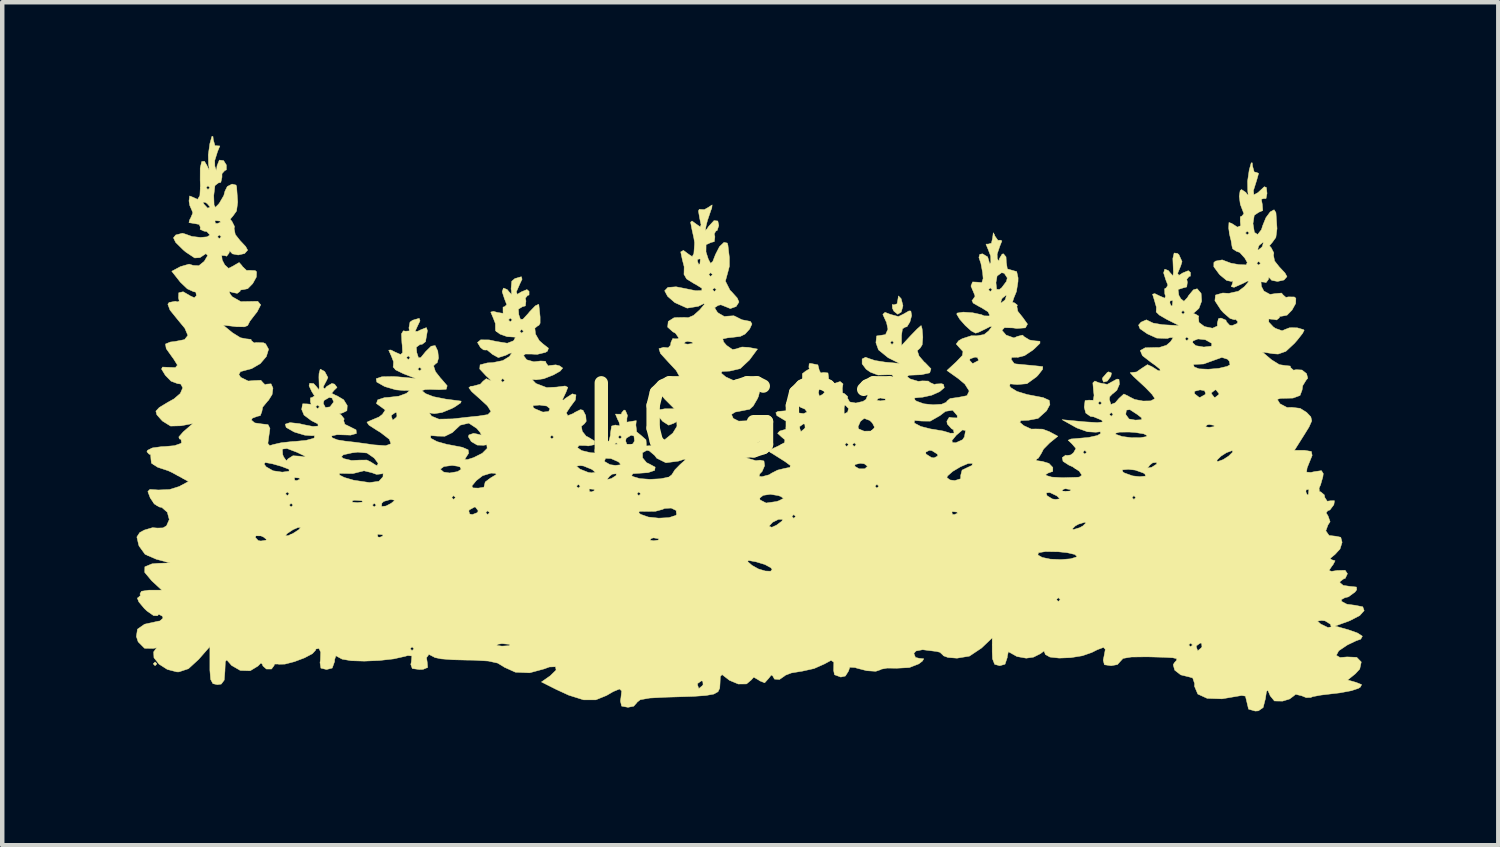
<source format=kicad_pcb>
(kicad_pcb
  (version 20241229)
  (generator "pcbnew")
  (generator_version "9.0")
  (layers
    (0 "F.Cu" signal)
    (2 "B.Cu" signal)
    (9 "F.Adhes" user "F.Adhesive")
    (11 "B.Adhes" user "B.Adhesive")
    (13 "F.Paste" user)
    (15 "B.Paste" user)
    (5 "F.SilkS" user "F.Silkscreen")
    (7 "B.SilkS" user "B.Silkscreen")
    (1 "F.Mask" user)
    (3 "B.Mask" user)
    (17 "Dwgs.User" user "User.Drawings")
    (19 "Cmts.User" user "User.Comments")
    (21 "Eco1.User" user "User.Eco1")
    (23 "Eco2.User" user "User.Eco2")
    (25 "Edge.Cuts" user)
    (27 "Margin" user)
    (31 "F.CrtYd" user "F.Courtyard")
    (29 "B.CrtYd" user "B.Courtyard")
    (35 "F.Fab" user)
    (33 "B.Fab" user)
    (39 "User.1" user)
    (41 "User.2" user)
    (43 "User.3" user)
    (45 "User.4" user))
  (footprint "LOGO2"
    (layer "F.Cu")
    (at 13.759 6.361)
    (property "Reference" "LOGO2" (at 0 0 0) (layer "F.SilkS") (effects (font (size 1.524 1.524) (thickness 0.3))))
    (attr through_hole)
    (fp_poly (pts (xy -13.293 5.461) (xy -13.335 5.503) (xy -13.377 5.461) (xy -13.335 5.419) (xy -13.293 5.461)) (stroke (width 0.01) (type solid)) (fill yes) (layer "F.SilkS"))
    (fp_poly (pts (xy 8.091 -1.055) (xy 8.077 -0.981) (xy 7.998 -0.874) (xy 7.914 -0.85) (xy 7.886 -0.919) (xy 7.893 -0.947) (xy 7.997 -1.067) (xy 8.028 -1.081) (xy 8.091 -1.055)) (stroke (width 0.01) (type solid)) (fill yes) (layer "F.SilkS"))
    (fp_poly (pts (xy 3.377 -2.722) (xy 3.38 -2.717) (xy 3.42 -2.561) (xy 3.381 -2.42) (xy 3.302 -2.371) (xy 3.218 -2.438) (xy 3.185 -2.502) (xy 3.179 -2.589) (xy 3.218 -2.582) (xy 3.288 -2.605) (xy 3.303 -2.683) (xy 3.319 -2.782) (xy 3.377 -2.722)) (stroke (width 0.01) (type solid)) (fill yes) (layer "F.SilkS"))
    (fp_poly (pts (xy -12.038 -6.355) (xy -12.031 -6.282) (xy -11.993 -6.147) (xy -11.93 -6.144) (xy -11.883 -6.141) (xy -11.935 -6.017) (xy -11.998 -5.816) (xy -11.996 -5.689) (xy -11.964 -5.592) (xy -11.95 -5.662) (xy -11.948 -5.694) (xy -11.895 -5.825) (xy -11.8 -5.813) (xy -11.738 -5.715) (xy -11.738 -5.606) (xy -11.775 -5.588) (xy -11.836 -5.52) (xy -11.836 -5.44) (xy -11.862 -5.326) (xy -11.917 -5.313) (xy -11.994 -5.253) (xy -12.02 -5.034) (xy -12.02 -5.016) (xy -12.013 -4.818) (xy -11.984 -4.766) (xy -11.913 -4.837) (xy -11.893 -4.863) (xy -11.795 -5.031) (xy -11.769 -5.129) (xy -11.717 -5.233) (xy -11.61 -5.287) (xy -11.521 -5.265) (xy -11.508 -5.226) (xy -11.497 -5.068) (xy -11.484 -4.884) (xy -11.51 -4.684) (xy -11.586 -4.578) (xy -11.653 -4.498) (xy -11.614 -4.454) (xy -11.555 -4.337) (xy -11.564 -4.289) (xy -11.538 -4.158) (xy -11.433 -4.024) (xy -11.306 -3.889) (xy -11.261 -3.807) (xy -11.329 -3.731) (xy -11.473 -3.699) (xy -11.602 -3.724) (xy -11.631 -3.755) (xy -11.668 -3.794) (xy -11.677 -3.742) (xy -11.731 -3.671) (xy -11.769 -3.683) (xy -11.843 -3.689) (xy -11.831 -3.587) (xy -11.774 -3.477) (xy -11.688 -3.399) (xy -11.571 -3.459) (xy -11.564 -3.465) (xy -11.451 -3.53) (xy -11.387 -3.458) (xy -11.382 -3.444) (xy -11.284 -3.352) (xy -11.22 -3.355) (xy -11.091 -3.349) (xy -11.061 -3.322) (xy -11.066 -3.205) (xy -11.147 -3.058) (xy -11.259 -2.944) (xy -11.351 -2.925) (xy -11.425 -2.914) (xy -11.43 -2.886) (xy -11.494 -2.839) (xy -11.578 -2.855) (xy -11.677 -2.881) (xy -11.65 -2.818) (xy -11.608 -2.764) (xy -11.414 -2.654) (xy -11.248 -2.657) (xy -11.034 -2.661) (xy -10.968 -2.582) (xy -11.05 -2.422) (xy -11.093 -2.369) (xy -11.212 -2.214) (xy -11.261 -2.118) (xy -11.334 -2.089) (xy -11.513 -2.092) (xy -11.536 -2.095) (xy -11.811 -2.128) (xy -11.599 -1.955) (xy -11.422 -1.845) (xy -11.286 -1.818) (xy -11.282 -1.819) (xy -11.186 -1.808) (xy -11.176 -1.778) (xy -11.115 -1.729) (xy -11.07 -1.737) (xy -10.908 -1.732) (xy -10.859 -1.709) (xy -10.792 -1.587) (xy -10.842 -1.424) (xy -10.978 -1.265) (xy -11.172 -1.152) (xy -11.242 -1.134) (xy -11.421 -1.086) (xy -11.458 -1.023) (xy -11.417 -0.958) (xy -11.248 -0.875) (xy -11.119 -0.885) (xy -10.965 -0.892) (xy -10.922 -0.843) (xy -10.87 -0.791) (xy -10.837 -0.805) (xy -10.737 -0.812) (xy -10.694 -0.716) (xy -10.713 -0.573) (xy -10.796 -0.44) (xy -10.809 -0.43) (xy -10.924 -0.29) (xy -10.943 -0.189) (xy -10.978 -0.099) (xy -11.042 -0.085) (xy -11.159 -0.041) (xy -11.176 0) (xy -11.103 0.063) (xy -10.954 0.085) (xy -10.804 0.102) (xy -10.761 0.187) (xy -10.784 0.348) (xy -10.808 0.523) (xy -10.767 0.572) (xy -10.689 0.549) (xy -10.511 0.508) (xy -10.256 0.48) (xy -10.188 0.477) (xy -9.951 0.454) (xy -9.789 0.41) (xy -9.765 0.394) (xy -9.765 0.347) (xy -9.821 0.35) (xy -9.981 0.338) (xy -10.203 0.272) (xy -10.229 0.261) (xy -10.398 0.164) (xy -10.418 0.091) (xy -10.312 0.057) (xy -10.099 0.08) (xy -10.015 0.101) (xy -9.798 0.143) (xy -9.682 0.134) (xy -9.688 0.085) (xy -9.833 0.012) (xy -9.998 -0.112) (xy -10.051 -0.24) (xy -10.041 -0.296) (xy -9.737 -0.296) (xy -9.694 -0.254) (xy -9.652 -0.296) (xy -9.694 -0.339) (xy -9.737 -0.296) (xy -10.041 -0.296) (xy -10.028 -0.365) (xy -9.929 -0.362) (xy -9.838 -0.353) (xy -9.844 -0.374) (xy -9.567 -0.374) (xy -9.518 -0.281) (xy -9.416 -0.296) (xy -9.333 -0.407) (xy -9.37 -0.494) (xy -9.433 -0.508) (xy -9.55 -0.44) (xy -9.567 -0.374) (xy -9.844 -0.374) (xy -9.855 -0.409) (xy -9.855 -0.497) (xy -9.816 -0.508) (xy -9.763 -0.541) (xy -9.823 -0.637) (xy -9.885 -0.768) (xy -9.871 -0.825) (xy -9.783 -0.818) (xy -9.729 -0.76) (xy -9.663 -0.678) (xy -9.657 -0.744) (xy -9.659 -0.762) (xy -9.665 -0.96) (xy -9.662 -1.041) (xy -9.634 -1.142) (xy -9.546 -1.095) (xy -9.532 -1.083) (xy -9.463 -0.954) (xy -9.49 -0.893) (xy -9.562 -0.757) (xy -9.566 -0.724) (xy -9.531 -0.703) (xy -9.491 -0.752) (xy -9.375 -0.821) (xy -9.314 -0.805) (xy -9.258 -0.731) (xy -9.325 -0.667) (xy -9.379 -0.601) (xy -9.279 -0.549) (xy -9.258 -0.543) (xy -9.11 -0.455) (xy -9.03 -0.326) (xy -9.037 -0.21) (xy -9.131 -0.163) (xy -9.207 -0.141) (xy -9.165 -0.113) (xy -9.098 -0.027) (xy -9.11 0.013) (xy -9.083 0.095) (xy -8.983 0.143) (xy -8.832 0.219) (xy -8.824 0.3) (xy -8.956 0.337) (xy -8.996 0.335) (xy -9.259 0.327) (xy -9.379 0.355) (xy -9.37 0.395) (xy -9.252 0.443) (xy -9.081 0.471) (xy -8.852 0.497) (xy -8.555 0.537) (xy -8.445 0.554) (xy -8.17 0.574) (xy -8.05 0.531) (xy -8.087 0.43) (xy -8.13 0.396) (xy -7.165 0.396) (xy -7.153 0.41) (xy -7.018 0.482) (xy -6.793 0.545) (xy -6.729 0.556) (xy -6.453 0.609) (xy -6.321 0.666) (xy -6.31 0.743) (xy -6.355 0.811) (xy -6.399 0.883) (xy -6.329 0.882) (xy -6.197 0.84) (xy -6.004 0.743) (xy -5.896 0.635) (xy -5.895 0.633) (xy -5.904 0.553) (xy -5.974 0.564) (xy -6.117 0.56) (xy -6.252 0.481) (xy -6.311 0.381) (xy -4.487 0.381) (xy -4.445 0.423) (xy -4.403 0.381) (xy -4.445 0.339) (xy -4.487 0.381) (xy -6.311 0.381) (xy -6.315 0.374) (xy -6.304 0.333) (xy -6.199 0.297) (xy -6.114 0.314) (xy -6.025 0.337) (xy -6.048 0.282) (xy -6.128 0.186) (xy -6.307 0.068) (xy -6.498 0.114) (xy -6.675 0.28) (xy -6.842 0.362) (xy -7.007 0.359) (xy -7.159 0.347) (xy -7.165 0.396) (xy -8.13 0.396) (xy -8.284 0.277) (xy -8.36 0.231) (xy -8.543 0.113) (xy -8.589 0.047) (xy -8.514 0.013) (xy -8.317 -0.07) (xy -8.298 -0.085) (xy -8.043 -0.085) (xy -8.014 -0.002) (xy -8.006 0) (xy -7.934 -0.059) (xy -7.916 -0.085) (xy -7.923 -0.163) (xy -7.954 -0.169) (xy -8.04 -0.108) (xy -8.043 -0.085) (xy -8.298 -0.085) (xy -8.242 -0.128) (xy -8.178 -0.226) (xy -8.257 -0.285) (xy -8.376 -0.371) (xy -8.348 -0.453) (xy -8.192 -0.504) (xy -8.107 -0.509) (xy -7.874 -0.536) (xy -7.705 -0.598) (xy -7.633 -0.661) (xy -7.713 -0.666) (xy -7.747 -0.662) (xy -7.939 -0.678) (xy -8.179 -0.748) (xy -8.197 -0.755) (xy -8.368 -0.852) (xy -8.382 -0.927) (xy -8.253 -0.971) (xy -7.992 -0.976) (xy -7.879 -0.968) (xy -7.493 -0.932) (xy -7.773 -1.04) (xy -7.943 -1.123) (xy -7.961 -1.143) (xy -7.451 -1.143) (xy -7.408 -1.101) (xy -7.366 -1.143) (xy -7.408 -1.185) (xy -7.451 -1.143) (xy -7.961 -1.143) (xy -8.004 -1.192) (xy -7.999 -1.201) (xy -7.993 -1.308) (xy -8.027 -1.397) (xy -7.705 -1.397) (xy -7.662 -1.355) (xy -7.62 -1.397) (xy -7.662 -1.439) (xy -7.705 -1.397) (xy -8.027 -1.397) (xy -8.043 -1.438) (xy -8.101 -1.566) (xy -8.052 -1.571) (xy -7.955 -1.522) (xy -7.834 -1.469) (xy -7.79 -1.51) (xy -7.799 -1.679) (xy -7.805 -1.73) (xy -7.815 -1.932) (xy -7.773 -2) (xy -7.721 -1.991) (xy -7.637 -1.998) (xy -7.648 -2.066) (xy -7.624 -2.195) (xy -7.565 -2.237) (xy -7.417 -2.28) (xy -7.399 -2.224) (xy -7.454 -2.11) (xy -7.509 -1.988) (xy -7.455 -1.987) (xy -7.38 -2.024) (xy -7.257 -2.072) (xy -7.234 -2.005) (xy -7.24 -1.967) (xy -7.268 -1.806) (xy -7.275 -1.757) (xy -7.35 -1.699) (xy -7.4 -1.693) (xy -7.483 -1.632) (xy -7.472 -1.513) (xy -7.433 -1.394) (xy -7.381 -1.401) (xy -7.274 -1.533) (xy -7.15 -1.655) (xy -7.06 -1.67) (xy -7.06 -1.669) (xy -7.001 -1.546) (xy -6.985 -1.39) (xy -7.016 -1.282) (xy -7.041 -1.27) (xy -7.096 -1.216) (xy -7.054 -1.086) (xy -6.934 -0.933) (xy -6.921 -0.921) (xy -6.791 -0.769) (xy -6.812 -0.691) (xy -6.964 -0.681) (xy -7.176 -0.688) (xy -7.281 -0.684) (xy -7.358 -0.661) (xy -7.286 -0.601) (xy -7.268 -0.59) (xy -7.1 -0.525) (xy -6.823 -0.47) (xy -6.477 -0.425) (xy -6.488 -0.386) (xy -6.617 -0.298) (xy -6.686 -0.26) (xy -6.907 -0.17) (xy -7.083 -0.144) (xy -7.109 -0.149) (xy -7.191 -0.162) (xy -7.141 -0.088) (xy -6.976 -0.021) (xy -6.665 -0.027) (xy -6.633 -0.031) (xy -6.364 -0.062) (xy -6.154 -0.084) (xy -6.096 -0.089) (xy -5.879 -0.123) (xy -5.81 -0.193) (xy -5.889 -0.319) (xy -5.895 -0.325) (xy -4.868 -0.325) (xy -4.864 -0.281) (xy -4.826 -0.254) (xy -4.647 -0.179) (xy -4.518 -0.193) (xy -4.487 -0.254) (xy -4.56 -0.315) (xy -4.72 -0.337) (xy -4.868 -0.325) (xy -5.895 -0.325) (xy -6.054 -0.471) (xy -6.241 -0.638) (xy -6.306 -0.725) (xy -6.264 -0.758) (xy -6.209 -0.761) (xy -6.047 -0.805) (xy -5.99 -0.868) (xy -5.915 -0.928) (xy -5.831 -0.889) (xy -5.801 -0.879) (xy -5.812 -0.889) (xy -5.588 -0.889) (xy -5.546 -0.847) (xy -5.503 -0.889) (xy -5.546 -0.931) (xy -5.588 -0.889) (xy -5.812 -0.889) (xy -5.884 -0.96) (xy -5.919 -0.991) (xy -6.062 -1.145) (xy -6.054 -1.238) (xy -5.89 -1.281) (xy -5.766 -1.288) (xy -5.545 -1.333) (xy -5.397 -1.424) (xy -5.339 -1.507) (xy -5.399 -1.493) (xy -5.476 -1.453) (xy -5.645 -1.4) (xy -5.782 -1.476) (xy -5.794 -1.488) (xy -5.897 -1.572) (xy -5.927 -1.569) (xy -5.976 -1.573) (xy -6.044 -1.626) (xy -6.112 -1.738) (xy -6.04 -1.798) (xy -5.851 -1.796) (xy -5.694 -1.762) (xy -5.445 -1.722) (xy -5.303 -1.777) (xy -5.261 -1.853) (xy -5.292 -1.86) (xy -5.447 -1.869) (xy -5.607 -1.926) (xy -5.693 -1.99) (xy -5.165 -1.99) (xy -5.122 -1.947) (xy -5.08 -1.99) (xy -5.122 -2.032) (xy -5.165 -1.99) (xy -5.693 -1.99) (xy -5.707 -2) (xy -5.71 -2.04) (xy -5.711 -2.163) (xy -5.742 -2.244) (xy -5.419 -2.244) (xy -5.376 -2.201) (xy -5.334 -2.244) (xy -5.376 -2.286) (xy -5.419 -2.244) (xy -5.742 -2.244) (xy -5.761 -2.292) (xy -5.815 -2.42) (xy -5.754 -2.436) (xy -5.669 -2.412) (xy -5.538 -2.391) (xy -5.54 -2.446) (xy -5.54 -2.531) (xy -5.505 -2.54) (xy -5.456 -2.585) (xy -5.507 -2.717) (xy -5.559 -2.876) (xy -5.53 -2.958) (xy -5.446 -2.924) (xy -5.407 -2.876) (xy -5.348 -2.813) (xy -5.351 -2.897) (xy -5.36 -2.937) (xy -5.344 -3.111) (xy -5.275 -3.17) (xy -5.129 -3.212) (xy -5.113 -3.156) (xy -5.162 -3.054) (xy -5.241 -2.873) (xy -5.221 -2.817) (xy -5.13 -2.872) (xy -5.004 -2.924) (xy -4.956 -2.883) (xy -4.957 -2.802) (xy -4.988 -2.794) (xy -5.039 -2.732) (xy -5.026 -2.667) (xy -5.039 -2.558) (xy -5.105 -2.54) (xy -5.196 -2.485) (xy -5.187 -2.363) (xy -5.149 -2.256) (xy -5.092 -2.261) (xy -4.977 -2.386) (xy -4.944 -2.427) (xy -4.816 -2.56) (xy -4.743 -2.594) (xy -4.737 -2.582) (xy -4.709 -2.311) (xy -4.709 -2.17) (xy -4.738 -2.12) (xy -4.755 -2.117) (xy -4.827 -2.059) (xy -4.812 -1.927) (xy -4.728 -1.78) (xy -4.642 -1.704) (xy -4.522 -1.611) (xy -4.543 -1.546) (xy -4.588 -1.517) (xy -4.775 -1.472) (xy -4.899 -1.479) (xy -5.041 -1.48) (xy -5.08 -1.444) (xy -5.009 -1.351) (xy -4.85 -1.306) (xy -4.699 -1.324) (xy -4.59 -1.318) (xy -4.572 -1.274) (xy -4.525 -1.212) (xy -4.495 -1.223) (xy -4.358 -1.237) (xy -4.272 -1.215) (xy -4.203 -1.165) (xy -4.26 -1.097) (xy -4.41 -1.012) (xy -4.629 -0.926) (xy -4.803 -0.902) (xy -4.823 -0.906) (xy -4.888 -0.909) (xy -4.813 -0.83) (xy -4.798 -0.818) (xy -4.561 -0.728) (xy -4.343 -0.739) (xy -4.149 -0.764) (xy -4.088 -0.734) (xy -4.13 -0.623) (xy -4.149 -0.584) (xy -4.211 -0.452) (xy -4.186 -0.448) (xy -4.142 -0.487) (xy -3.986 -0.588) (xy -3.905 -0.564) (xy -3.919 -0.45) (xy -4.032 -0.298) (xy -4.121 -0.162) (xy -4.089 -0.099) (xy -3.962 -0.149) (xy -3.937 -0.169) (xy -3.806 -0.234) (xy -3.749 -0.221) (xy -3.687 -0.102) (xy -3.676 0.028) (xy -3.719 0.085) (xy -3.785 0.138) (xy -3.764 0.253) (xy -3.678 0.36) (xy -3.627 0.385) (xy -3.487 0.47) (xy -3.494 0.551) (xy -3.632 0.579) (xy -3.686 0.571) (xy -3.838 0.568) (xy -3.873 0.616) (xy -3.778 0.683) (xy -3.585 0.729) (xy -3.568 0.732) (xy -3.383 0.74) (xy -3.325 0.69) (xy -3.344 0.593) (xy -3.349 0.55) (xy -3.048 0.55) (xy -3.006 0.593) (xy -2.963 0.55) (xy -3.006 0.508) (xy -3.048 0.55) (xy -3.349 0.55) (xy -3.359 0.472) (xy -3.272 0.473) (xy -3.265 0.475) (xy -3.167 0.472) (xy -3.165 0.466) (xy -2.794 0.466) (xy -2.753 0.578) (xy -2.718 0.593) (xy -2.626 0.525) (xy -2.594 0.466) (xy -2.607 0.356) (xy -2.67 0.339) (xy -2.78 0.406) (xy -2.794 0.466) (xy -3.165 0.466) (xy -3.144 0.381) (xy -2.963 0.381) (xy -2.921 0.423) (xy -2.879 0.381) (xy -2.921 0.339) (xy -2.963 0.381) (xy -3.144 0.381) (xy -3.133 0.337) (xy -3.133 0.296) (xy -3.108 0.134) (xy -3.022 0.11) (xy -3.004 0.116) (xy -2.92 0.129) (xy -2.942 0.042) (xy -2.97 -0.012) (xy -3.021 -0.135) (xy -2.972 -0.133) (xy -2.972 -0.132) (xy -2.888 -0.134) (xy -2.879 -0.169) (xy -2.828 -0.226) (xy -2.798 -0.214) (xy -2.752 -0.104) (xy -2.765 -0.039) (xy -2.766 0.047) (xy -2.662 0.029) (xy -2.554 0.012) (xy -2.564 0.109) (xy -2.564 0.111) (xy -2.546 0.264) (xy -2.45 0.342) (xy -2.337 0.442) (xy -2.331 0.512) (xy -2.329 0.58) (xy -2.214 0.572) (xy -2.022 0.495) (xy -1.913 0.436) (xy -1.736 0.292) (xy -1.645 0.142) (xy -1.643 0.134) (xy -1.648 0.033) (xy -1.715 0.072) (xy -1.829 0.114) (xy -1.963 0.028) (xy -2.098 -0.131) (xy -2.077 -0.225) (xy -1.909 -0.254) (xy -1.701 -0.254) (xy -1.918 -0.471) (xy -2.063 -0.645) (xy -2.061 -0.745) (xy -1.904 -0.79) (xy -1.808 -0.796) (xy -1.613 -0.835) (xy -1.564 -0.938) (xy -1.661 -1.112) (xy -1.836 -1.3) (xy -2.012 -1.493) (xy -2.047 -1.6) (xy -1.943 -1.63) (xy -1.841 -1.619) (xy -1.786 -1.678) (xy -1.781 -1.714) (xy -1.487 -1.714) (xy -1.404 -1.7) (xy -1.294 -1.716) (xy -1.293 -1.744) (xy -1.406 -1.765) (xy -1.455 -1.751) (xy -1.487 -1.714) (xy -1.781 -1.714) (xy -1.778 -1.741) (xy -1.737 -1.828) (xy -1.693 -1.82) (xy -1.615 -1.822) (xy -1.609 -1.849) (xy -1.676 -1.946) (xy -1.736 -1.978) (xy -1.852 -2.083) (xy -1.839 -2.21) (xy -1.711 -2.291) (xy -1.672 -2.296) (xy -1.479 -2.3) (xy -1.389 -2.295) (xy -1.271 -2.345) (xy -1.135 -2.467) (xy -1.028 -2.593) (xy -1.04 -2.611) (xy -1.164 -2.549) (xy -1.415 -2.508) (xy -1.691 -2.632) (xy -1.853 -2.773) (xy -1.919 -2.897) (xy -1.847 -2.972) (xy -1.663 -2.986) (xy -1.466 -2.948) (xy -1.222 -2.898) (xy -1.088 -2.903) (xy -1.086 -2.921) (xy -0.847 -2.921) (xy -0.804 -2.879) (xy -0.762 -2.921) (xy -0.804 -2.963) (xy -0.847 -2.921) (xy -1.086 -2.921) (xy -1.083 -2.953) (xy -1.225 -3.041) (xy -1.253 -3.054) (xy -1.428 -3.163) (xy -1.482 -3.26) (xy -0.931 -3.26) (xy -0.889 -3.217) (xy -0.847 -3.26) (xy -0.889 -3.302) (xy -0.931 -3.26) (xy -1.482 -3.26) (xy -1.488 -3.27) (xy -1.485 -3.281) (xy -1.482 -3.436) (xy -1.513 -3.556) (xy -1.185 -3.556) (xy -1.154 -3.486) (xy -1.129 -3.5) (xy -1.119 -3.6) (xy -1.129 -3.612) (xy -1.179 -3.601) (xy -1.185 -3.556) (xy -1.513 -3.556) (xy -1.524 -3.599) (xy -1.559 -3.768) (xy -1.498 -3.802) (xy -1.372 -3.708) (xy -1.301 -3.663) (xy -1.265 -3.729) (xy -1.25 -3.933) (xy -1.249 -3.979) (xy -1.266 -4.084) (xy -1.307 -4.269) (xy -1.338 -4.433) (xy -1.306 -4.46) (xy -1.219 -4.396) (xy -1.122 -4.329) (xy -1.103 -4.376) (xy -1.136 -4.529) (xy -1.162 -4.685) (xy -1.142 -4.725) (xy -1.137 -4.721) (xy -1.03 -4.715) (xy -0.944 -4.763) (xy -0.855 -4.821) (xy -0.863 -4.75) (xy -0.883 -4.699) (xy -0.96 -4.472) (xy -0.989 -4.36) (xy -1.009 -4.245) (xy -0.968 -4.286) (xy -0.933 -4.339) (xy -0.813 -4.469) (xy -0.728 -4.46) (xy -0.706 -4.36) (xy -0.742 -4.248) (xy -0.773 -4.233) (xy -0.808 -4.171) (xy -0.793 -4.106) (xy -0.807 -3.998) (xy -0.88 -3.979) (xy -0.991 -3.929) (xy -0.993 -3.767) (xy -0.94 -3.603) (xy -0.89 -3.511) (xy -0.842 -3.551) (xy -0.781 -3.708) (xy -0.69 -3.886) (xy -0.59 -3.981) (xy -0.516 -3.966) (xy -0.501 -3.916) (xy -0.487 -3.79) (xy -0.469 -3.641) (xy -0.469 -3.446) (xy -0.495 -3.344) (xy -0.558 -3.113) (xy -0.454 -2.908) (xy -0.418 -2.874) (xy -0.293 -2.735) (xy -0.254 -2.645) (xy -0.318 -2.544) (xy -0.448 -2.498) (xy -0.55 -2.54) (xy -0.659 -2.583) (xy -0.72 -2.57) (xy -0.799 -2.517) (xy -0.745 -2.427) (xy -0.718 -2.399) (xy -0.582 -2.321) (xy -0.509 -2.328) (xy -0.369 -2.337) (xy -0.318 -2.313) (xy -0.189 -2.248) (xy -0.021 -2.215) (xy 0.001 -2.212) (xy 0.037 -2.154) (xy -0.015 -2.04) (xy -0.118 -1.927) (xy -0.223 -1.875) (xy -0.405 -1.853) (xy -0.505 -1.843) (xy -0.617 -1.819) (xy -0.598 -1.75) (xy -0.532 -1.673) (xy -0.399 -1.581) (xy -0.319 -1.594) (xy -0.187 -1.637) (xy -0.042 -1.629) (xy 0.161 -1.591) (xy -0.02 -1.346) (xy -0.226 -1.153) (xy -0.46 -1.098) (xy -0.632 -1.09) (xy -0.654 -1.054) (xy -0.55 -0.967) (xy -0.363 -0.881) (xy -0.233 -0.877) (xy -0.11 -0.872) (xy -0.085 -0.834) (xy -0.036 -0.785) (xy -0.017 -0.794) (xy 0.106 -0.793) (xy 0.157 -0.77) (xy 0.219 -0.686) (xy 0.184 -0.535) (xy 0.16 -0.479) (xy 0.064 -0.314) (xy -0.014 -0.243) (xy -0.16 -0.214) (xy -0.169 -0.212) (xy -0.332 -0.181) (xy -0.339 -0.18) (xy -0.422 -0.126) (xy -0.382 -0.038) (xy -0.261 0.023) (xy -0.083 0.016) (xy -0.007 -0.027) (xy 0.072 -0.074) (xy 0.085 -0.027) (xy 0.156 0.065) (xy 0.26 0.111) (xy 0.381 0.169) (xy 0.367 0.282) (xy 0.342 0.332) (xy 0.238 0.469) (xy 0.166 0.508) (xy 0.094 0.577) (xy 0.085 0.635) (xy 0.015 0.744) (xy -0.064 0.765) (xy -0.164 0.775) (xy -0.117 0.821) (xy -0.058 0.856) (xy 0.124 0.909) (xy 0.22 0.897) (xy 0.306 0.916) (xy 0.32 1.023) (xy 0.264 1.152) (xy 0.212 1.205) (xy 0.198 1.258) (xy 0.258 1.269) (xy 0.426 1.224) (xy 0.47 1.193) (xy 0.611 1.121) (xy 0.762 1.084) (xy 0.889 1.059) (xy 0.895 1.034) (xy 2.34 1.034) (xy 2.439 1.092) (xy 2.566 1.091) (xy 2.625 1.034) (xy 2.554 0.979) (xy 2.462 0.968) (xy 2.347 0.995) (xy 2.34 1.034) (xy 0.895 1.034) (xy 0.899 1.019) (xy 0.782 0.932) (xy 0.684 0.87) (xy 0.446 0.72) (xy 3.928 0.72) (xy 3.937 0.762) (xy 4.059 0.839) (xy 4.116 0.847) (xy 4.2 0.804) (xy 4.191 0.762) (xy 4.069 0.685) (xy 4.012 0.677) (xy 3.928 0.72) (xy 0.446 0.72) (xy 0.394 0.687) (xy 0.619 0.585) (xy 0.683 0.55) (xy 0.931 0.55) (xy 0.974 0.593) (xy 1.016 0.55) (xy 2.117 0.55) (xy 2.159 0.593) (xy 2.201 0.55) (xy 2.286 0.55) (xy 2.328 0.593) (xy 2.371 0.55) (xy 2.328 0.508) (xy 2.286 0.55) (xy 2.201 0.55) (xy 2.159 0.508) (xy 2.117 0.55) (xy 1.016 0.55) (xy 0.974 0.508) (xy 0.931 0.55) (xy 0.683 0.55) (xy 0.767 0.505) (xy 0.772 0.461) (xy 4.515 0.461) (xy 4.532 0.504) (xy 4.604 0.508) (xy 4.755 0.44) (xy 4.797 0.377) (xy 4.822 0.234) (xy 4.754 0.22) (xy 4.615 0.338) (xy 4.515 0.461) (xy 0.772 0.461) (xy 0.775 0.441) (xy 0.697 0.375) (xy 0.612 0.296) (xy 0.658 0.246) (xy 0.796 0.206) (xy 0.943 0.169) (xy 1.101 0.169) (xy 1.13 0.252) (xy 1.138 0.254) (xy 1.21 0.195) (xy 1.228 0.169) (xy 1.226 0.152) (xy 2.413 0.152) (xy 2.428 0.198) (xy 2.548 0.248) (xy 2.698 0.246) (xy 2.79 0.197) (xy 2.794 0.18) (xy 2.736 0.068) (xy 2.723 0.054) (xy 3.67 0.054) (xy 3.685 0.072) (xy 3.821 0.143) (xy 4.046 0.2) (xy 4.099 0.207) (xy 4.32 0.245) (xy 4.457 0.285) (xy 4.471 0.294) (xy 4.558 0.292) (xy 4.565 0.285) (xy 4.549 0.214) (xy 4.508 0.193) (xy 4.413 0.087) (xy 4.403 0.026) (xy 4.456 -0.063) (xy 4.537 -0.051) (xy 4.636 -0.049) (xy 4.637 -0.1) (xy 4.534 -0.221) (xy 4.373 -0.196) (xy 4.248 -0.1) (xy 4.03 0.024) (xy 3.841 0.022) (xy 3.682 0.008) (xy 3.67 0.054) (xy 2.723 0.054) (xy 2.678 0.009) (xy 2.552 -0.038) (xy 2.467 0.028) (xy 2.413 0.152) (xy 1.226 0.152) (xy 1.221 0.091) (xy 1.19 0.085) (xy 1.104 0.146) (xy 1.101 0.169) (xy 0.943 0.169) (xy 1.042 0.145) (xy 0.764 0.001) (xy 0.595 -0.101) (xy 0.572 -0.166) (xy 0.619 -0.194) (xy 0.792 -0.208) (xy 1.011 -0.171) (xy 1.193 -0.145) (xy 1.272 -0.18) (xy 1.223 -0.246) (xy 1.138 -0.282) (xy 1.992 -0.282) (xy 2.001 -0.212) (xy 2.088 -0.132) (xy 2.18 -0.177) (xy 2.201 -0.259) (xy 2.133 -0.33) (xy 2.077 -0.339) (xy 1.992 -0.282) (xy 1.138 -0.282) (xy 1.119 -0.291) (xy 0.989 -0.405) (xy 0.954 -0.515) (xy 0.977 -0.643) (xy 1.073 -0.641) (xy 1.161 -0.637) (xy 1.179 -0.747) (xy 1.167 -0.846) (xy 1.166 -1.039) (xy 1.246 -1.101) (xy 1.247 -1.101) (xy 1.323 -1.146) (xy 1.312 -1.185) (xy 1.319 -1.263) (xy 1.35 -1.27) (xy 1.514 -1.237) (xy 1.542 -1.128) (xy 1.541 -1.123) (xy 1.577 -1.056) (xy 1.643 -1.067) (xy 1.74 -1.056) (xy 1.755 -0.939) (xy 1.7 -0.797) (xy 1.633 -0.762) (xy 1.542 -0.693) (xy 1.527 -0.614) (xy 1.547 -0.536) (xy 1.622 -0.577) (xy 1.721 -0.683) (xy 1.881 -0.82) (xy 2.013 -0.864) (xy 2.077 -0.81) (xy 2.061 -0.714) (xy 2.067 -0.609) (xy 2.108 -0.593) (xy 2.181 -0.529) (xy 2.18 -0.487) (xy 2.227 -0.406) (xy 2.365 -0.382) (xy 2.525 -0.419) (xy 2.563 -0.444) (xy 2.831 -0.444) (xy 2.914 -0.43) (xy 3.024 -0.446) (xy 3.025 -0.474) (xy 2.912 -0.495) (xy 2.863 -0.481) (xy 2.831 -0.444) (xy 2.563 -0.444) (xy 2.592 -0.463) (xy 2.631 -0.562) (xy 2.55 -0.648) (xy 2.457 -0.745) (xy 2.503 -0.812) (xy 2.7 -0.858) (xy 2.821 -0.874) (xy 3.043 -0.912) (xy 3.186 -0.961) (xy 3.199 -0.971) (xy 3.181 -1.012) (xy 3.09 -1.015) (xy 2.86 -1.009) (xy 2.69 -1.074) (xy 2.595 -1.14) (xy 2.505 -1.26) (xy 2.505 -1.369) (xy 2.583 -1.408) (xy 2.649 -1.382) (xy 2.794 -1.334) (xy 3.02 -1.298) (xy 3.045 -1.296) (xy 3.344 -1.269) (xy 3.087 -1.398) (xy 2.872 -1.573) (xy 2.814 -1.734) (xy 2.814 -1.736) (xy 3.133 -1.736) (xy 3.175 -1.693) (xy 3.217 -1.736) (xy 3.175 -1.778) (xy 3.133 -1.736) (xy 2.814 -1.736) (xy 2.83 -1.885) (xy 2.911 -1.897) (xy 3.029 -1.915) (xy 3.084 -2.036) (xy 3.05 -2.195) (xy 3.041 -2.209) (xy 2.969 -2.368) (xy 3.018 -2.414) (xy 3.138 -2.368) (xy 3.318 -2.319) (xy 3.436 -2.377) (xy 3.555 -2.446) (xy 3.597 -2.443) (xy 3.614 -2.341) (xy 3.576 -2.199) (xy 3.51 -2.092) (xy 3.462 -2.08) (xy 3.408 -2.043) (xy 3.387 -1.898) (xy 3.387 -1.669) (xy 3.594 -1.893) (xy 3.737 -2.04) (xy 3.822 -2.114) (xy 3.828 -2.117) (xy 3.849 -2.043) (xy 3.864 -1.865) (xy 3.865 -1.863) (xy 3.85 -1.685) (xy 3.801 -1.609) (xy 3.8 -1.609) (xy 3.741 -1.556) (xy 3.78 -1.436) (xy 3.895 -1.302) (xy 3.916 -1.286) (xy 4.048 -1.149) (xy 4.019 -1.058) (xy 3.828 -1.016) (xy 3.747 -1.013) (xy 3.554 -1.005) (xy 3.511 -0.975) (xy 3.582 -0.922) (xy 3.762 -0.868) (xy 3.855 -0.878) (xy 3.989 -0.874) (xy 4.025 -0.842) (xy 4.127 -0.797) (xy 4.155 -0.808) (xy 4.29 -0.815) (xy 4.329 -0.797) (xy 4.345 -0.725) (xy 4.242 -0.637) (xy 4.065 -0.558) (xy 3.86 -0.513) (xy 3.81 -0.51) (xy 3.674 -0.495) (xy 3.691 -0.447) (xy 3.725 -0.423) (xy 3.887 -0.365) (xy 4.096 -0.343) (xy 4.287 -0.355) (xy 4.396 -0.402) (xy 4.403 -0.423) (xy 4.476 -0.483) (xy 4.654 -0.508) (xy 4.657 -0.508) (xy 4.854 -0.547) (xy 4.904 -0.652) (xy 4.806 -0.807) (xy 4.658 -0.931) (xy 4.405 -1.111) (xy 4.616 -1.306) (xy 4.649 -1.341) (xy 4.911 -1.341) (xy 4.975 -1.271) (xy 4.99 -1.27) (xy 5.107 -1.331) (xy 5.114 -1.341) (xy 5.088 -1.402) (xy 5.034 -1.411) (xy 4.924 -1.372) (xy 4.911 -1.341) (xy 4.649 -1.341) (xy 4.75 -1.447) (xy 4.765 -1.536) (xy 4.694 -1.613) (xy 4.613 -1.704) (xy 4.667 -1.777) (xy 4.748 -1.824) (xy 4.949 -1.889) (xy 5.078 -1.888) (xy 5.239 -1.917) (xy 5.34 -1.998) (xy 5.414 -2.097) (xy 5.367 -2.093) (xy 5.276 -2.046) (xy 5.119 -1.97) (xy 5.048 -1.947) (xy 4.949 -1.999) (xy 4.815 -2.12) (xy 4.692 -2.26) (xy 4.626 -2.369) (xy 4.631 -2.397) (xy 4.77 -2.419) (xy 4.982 -2.404) (xy 5.178 -2.362) (xy 5.239 -2.335) (xy 5.346 -2.332) (xy 5.364 -2.351) (xy 5.325 -2.426) (xy 5.173 -2.522) (xy 5.14 -2.537) (xy 4.992 -2.622) (xy 4.989 -2.63) (xy 5.609 -2.63) (xy 5.62 -2.625) (xy 5.698 -2.684) (xy 5.715 -2.709) (xy 5.737 -2.788) (xy 5.725 -2.794) (xy 5.648 -2.734) (xy 5.63 -2.709) (xy 5.609 -2.63) (xy 4.989 -2.63) (xy 4.965 -2.682) (xy 4.978 -2.689) (xy 5.036 -2.775) (xy 5.019 -2.822) (xy 4.978 -2.921) (xy 5.334 -2.921) (xy 5.376 -2.879) (xy 5.419 -2.921) (xy 5.376 -2.963) (xy 5.334 -2.921) (xy 4.978 -2.921) (xy 4.943 -3.003) (xy 4.98 -3.095) (xy 5.081 -3.09) (xy 5.187 -3.08) (xy 5.187 -3.08) (xy 5.503 -3.08) (xy 5.518 -2.931) (xy 5.579 -2.925) (xy 5.63 -2.963) (xy 5.738 -3.107) (xy 5.757 -3.185) (xy 5.689 -3.289) (xy 5.63 -3.302) (xy 5.529 -3.228) (xy 5.503 -3.08) (xy 5.187 -3.08) (xy 5.216 -3.172) (xy 5.205 -3.3) (xy 5.166 -3.511) (xy 5.121 -3.643) (xy 5.141 -3.713) (xy 5.202 -3.725) (xy 5.317 -3.656) (xy 5.341 -3.577) (xy 5.363 -3.499) (xy 5.389 -3.53) (xy 5.384 -3.677) (xy 5.331 -3.816) (xy 5.279 -3.942) (xy 5.326 -3.942) (xy 5.402 -3.963) (xy 5.428 -4.08) (xy 5.443 -4.197) (xy 5.471 -4.151) (xy 5.477 -4.126) (xy 5.547 -4.027) (xy 5.603 -4.031) (xy 5.637 -4.014) (xy 5.591 -3.9) (xy 5.53 -3.72) (xy 5.533 -3.615) (xy 5.571 -3.562) (xy 5.581 -3.619) (xy 5.641 -3.718) (xy 5.672 -3.725) (xy 5.729 -3.655) (xy 5.735 -3.535) (xy 5.758 -3.386) (xy 5.864 -3.356) (xy 5.968 -3.326) (xy 5.999 -3.185) (xy 5.997 -3.102) (xy 5.962 -2.88) (xy 5.901 -2.731) (xy 5.873 -2.639) (xy 5.921 -2.625) (xy 5.983 -2.576) (xy 5.972 -2.545) (xy 5.992 -2.438) (xy 6.107 -2.294) (xy 6.21 -2.15) (xy 6.162 -2.066) (xy 5.972 -2.053) (xy 5.884 -2.065) (xy 5.694 -2.071) (xy 5.638 -2.011) (xy 5.731 -1.904) (xy 5.906 -1.841) (xy 5.982 -1.874) (xy 6.099 -1.904) (xy 6.136 -1.867) (xy 6.256 -1.794) (xy 6.376 -1.775) (xy 6.489 -1.766) (xy 6.489 -1.72) (xy 6.37 -1.604) (xy 6.328 -1.567) (xy 6.142 -1.443) (xy 5.987 -1.404) (xy 5.968 -1.409) (xy 5.86 -1.405) (xy 5.842 -1.364) (xy 5.91 -1.269) (xy 5.948 -1.258) (xy 6.112 -1.242) (xy 6.265 -1.228) (xy 6.457 -1.209) (xy 6.552 -1.197) (xy 6.549 -1.138) (xy 6.448 -1.008) (xy 6.412 -0.97) (xy 6.198 -0.815) (xy 5.978 -0.796) (xy 5.971 -0.797) (xy 5.82 -0.811) (xy 5.809 -0.764) (xy 5.837 -0.726) (xy 5.975 -0.642) (xy 6.205 -0.572) (xy 6.28 -0.558) (xy 6.561 -0.504) (xy 6.697 -0.442) (xy 6.712 -0.349) (xy 6.636 -0.207) (xy 6.446 -0.037) (xy 6.234 0.003) (xy 6.062 0.011) (xy 6.037 0.048) (xy 6.125 0.124) (xy 6.293 0.201) (xy 6.394 0.199) (xy 6.549 0.203) (xy 6.698 0.259) (xy 6.89 0.362) (xy 6.705 0.512) (xy 6.569 0.65) (xy 6.519 0.747) (xy 6.453 0.853) (xy 6.413 0.875) (xy 6.406 0.907) (xy 6.536 0.925) (xy 6.54 0.925) (xy 6.69 0.97) (xy 6.777 1.061) (xy 6.776 1.15) (xy 6.675 1.185) (xy 6.618 1.22) (xy 6.632 1.242) (xy 6.753 1.277) (xy 6.994 1.291) (xy 7.307 1.282) (xy 7.371 1.277) (xy 7.428 1.233) (xy 7.367 1.143) (xy 7.325 1.115) (xy 8.331 1.115) (xy 8.348 1.162) (xy 8.382 1.185) (xy 8.565 1.25) (xy 8.721 1.267) (xy 8.857 1.255) (xy 8.84 1.209) (xy 8.805 1.185) (xy 8.622 1.12) (xy 8.467 1.103) (xy 8.331 1.115) (xy 7.325 1.115) (xy 7.266 1.077) (xy 8.899 1.077) (xy 8.983 1.059) (xy 8.999 1.053) (xy 9.103 0.986) (xy 9.104 0.948) (xy 9.014 0.957) (xy 8.952 1.005) (xy 8.899 1.077) (xy 7.266 1.077) (xy 7.22 1.045) (xy 7.141 1.011) (xy 7.006 0.924) (xy 7.001 0.899) (xy 10.452 0.899) (xy 10.466 0.931) (xy 10.594 0.885) (xy 10.715 0.807) (xy 10.809 0.715) (xy 10.795 0.683) (xy 10.667 0.73) (xy 10.546 0.807) (xy 10.452 0.899) (xy 7.001 0.899) (xy 6.988 0.841) (xy 7.067 0.784) (xy 7.087 0.794) (xy 7.175 0.782) (xy 7.237 0.737) (xy 7.247 0.72) (xy 7.451 0.72) (xy 7.493 0.762) (xy 7.535 0.72) (xy 7.493 0.677) (xy 7.451 0.72) (xy 7.247 0.72) (xy 7.295 0.636) (xy 7.207 0.533) (xy 7.12 0.451) (xy 7.186 0.423) (xy 7.239 0.419) (xy 7.578 0.389) (xy 7.777 0.345) (xy 7.853 0.298) (xy 7.852 0.296) (xy 8.177 0.296) (xy 8.19 0.32) (xy 8.331 0.368) (xy 8.534 0.394) (xy 8.735 0.395) (xy 8.869 0.371) (xy 8.89 0.346) (xy 8.814 0.308) (xy 8.621 0.277) (xy 8.488 0.268) (xy 8.27 0.27) (xy 8.177 0.296) (xy 7.852 0.296) (xy 7.838 0.261) (xy 7.74 0.272) (xy 7.553 0.261) (xy 7.319 0.177) (xy 7.274 0.153) (xy 7.267 0.149) (xy 10.197 0.149) (xy 10.28 0.163) (xy 10.39 0.147) (xy 10.391 0.118) (xy 10.278 0.098) (xy 10.229 0.111) (xy 10.197 0.149) (xy 7.267 0.149) (xy 6.985 -0.009) (xy 7.493 0.039) (xy 7.774 0.056) (xy 7.895 0.042) (xy 7.874 0.002) (xy 7.693 -0.073) (xy 7.62 -0.083) (xy 7.559 -0.127) (xy 8.043 -0.127) (xy 8.086 -0.085) (xy 8.128 -0.127) (xy 8.41 -0.127) (xy 8.484 -0.025) (xy 8.624 0) (xy 8.771 -0.008) (xy 8.763 -0.053) (xy 8.673 -0.124) (xy 8.504 -0.234) (xy 8.426 -0.224) (xy 8.41 -0.127) (xy 8.128 -0.127) (xy 8.086 -0.169) (xy 8.043 -0.127) (xy 7.559 -0.127) (xy 7.515 -0.158) (xy 7.481 -0.29) (xy 7.493 -0.381) (xy 7.789 -0.381) (xy 7.832 -0.339) (xy 7.874 -0.381) (xy 7.832 -0.423) (xy 7.789 -0.381) (xy 7.493 -0.381) (xy 7.5 -0.437) (xy 7.592 -0.448) (xy 7.599 -0.446) (xy 7.684 -0.444) (xy 7.701 -0.555) (xy 7.689 -0.659) (xy 7.674 -0.833) (xy 7.718 -0.875) (xy 7.81 -0.836) (xy 7.997 -0.8) (xy 8.093 -0.853) (xy 8.214 -0.919) (xy 8.259 -0.913) (xy 8.27 -0.805) (xy 8.211 -0.667) (xy 8.124 -0.593) (xy 8.119 -0.593) (xy 8.052 -0.524) (xy 8.043 -0.466) (xy 8.078 -0.35) (xy 8.174 -0.386) (xy 8.261 -0.487) (xy 8.368 -0.584) (xy 8.471 -0.536) (xy 8.478 -0.529) (xy 8.611 -0.462) (xy 8.797 -0.427) (xy 8.969 -0.43) (xy 9.058 -0.476) (xy 9.059 -0.487) (xy 9.001 -0.575) (xy 8.984 -0.593) (xy 9.948 -0.593) (xy 10.053 -0.511) (xy 10.075 -0.508) (xy 10.185 -0.569) (xy 10.202 -0.593) (xy 10.329 -0.593) (xy 10.394 -0.51) (xy 10.414 -0.508) (xy 10.496 -0.572) (xy 10.499 -0.593) (xy 10.434 -0.675) (xy 10.414 -0.677) (xy 10.332 -0.613) (xy 10.329 -0.593) (xy 10.202 -0.593) (xy 10.176 -0.659) (xy 10.075 -0.677) (xy 9.955 -0.646) (xy 9.948 -0.593) (xy 8.984 -0.593) (xy 8.852 -0.73) (xy 8.742 -0.832) (xy 8.582 -0.98) (xy 8.51 -1.06) (xy 8.523 -1.064) (xy 8.653 -1.078) (xy 8.762 -1.154) (xy 8.897 -1.242) (xy 8.997 -1.197) (xy 9.133 -1.111) (xy 9.182 -1.102) (xy 9.177 -1.142) (xy 9.057 -1.239) (xy 9.047 -1.246) (xy 9.925 -1.246) (xy 9.945 -1.19) (xy 10.054 -1.148) (xy 10.258 -1.139) (xy 10.491 -1.158) (xy 10.682 -1.203) (xy 10.747 -1.239) (xy 10.731 -1.318) (xy 10.693 -1.363) (xy 10.564 -1.404) (xy 10.36 -1.331) (xy 10.155 -1.257) (xy 10.001 -1.25) (xy 10 -1.25) (xy 9.925 -1.246) (xy 9.047 -1.246) (xy 8.996 -1.28) (xy 8.785 -1.443) (xy 8.736 -1.558) (xy 8.846 -1.62) (xy 9.116 -1.627) (xy 9.157 -1.625) (xy 9.322 -1.676) (xy 9.393 -1.736) (xy 9.906 -1.736) (xy 9.98 -1.667) (xy 10.157 -1.637) (xy 10.163 -1.637) (xy 10.332 -1.656) (xy 10.34 -1.716) (xy 10.333 -1.723) (xy 10.192 -1.801) (xy 10.029 -1.818) (xy 9.919 -1.774) (xy 9.906 -1.736) (xy 9.393 -1.736) (xy 9.41 -1.75) (xy 9.458 -1.82) (xy 9.737 -1.82) (xy 9.779 -1.778) (xy 9.821 -1.82) (xy 9.779 -1.863) (xy 9.737 -1.82) (xy 9.458 -1.82) (xy 9.475 -1.846) (xy 9.41 -1.85) (xy 9.341 -1.829) (xy 9.106 -1.837) (xy 8.895 -1.932) (xy 8.73 -2.047) (xy 8.698 -2.128) (xy 8.753 -2.193) (xy 8.873 -2.246) (xy 8.919 -2.223) (xy 9.024 -2.173) (xy 9.23 -2.138) (xy 9.286 -2.134) (xy 9.61 -2.116) (xy 9.332 -2.255) (xy 9.162 -2.354) (xy 9.103 -2.413) (xy 9.652 -2.413) (xy 9.694 -2.371) (xy 9.737 -2.413) (xy 9.694 -2.455) (xy 9.652 -2.413) (xy 9.103 -2.413) (xy 9.091 -2.425) (xy 9.094 -2.433) (xy 9.097 -2.532) (xy 9.07 -2.625) (xy 9.398 -2.625) (xy 9.429 -2.555) (xy 9.454 -2.568) (xy 9.465 -2.669) (xy 9.454 -2.681) (xy 9.404 -2.669) (xy 9.398 -2.625) (xy 9.07 -2.625) (xy 9.055 -2.678) (xy 9.011 -2.82) (xy 9.061 -2.834) (xy 9.158 -2.786) (xy 9.286 -2.731) (xy 9.303 -2.778) (xy 9.286 -2.826) (xy 9.281 -2.941) (xy 9.319 -2.963) (xy 9.355 -3.023) (xy 9.309 -3.14) (xy 9.259 -3.298) (xy 9.285 -3.381) (xy 9.366 -3.35) (xy 9.406 -3.3) (xy 9.469 -3.231) (xy 9.479 -3.316) (xy 9.477 -3.344) (xy 9.466 -3.619) (xy 9.495 -3.743) (xy 9.568 -3.734) (xy 9.601 -3.708) (xy 9.672 -3.551) (xy 9.643 -3.456) (xy 9.573 -3.287) (xy 9.602 -3.242) (xy 9.687 -3.296) (xy 9.813 -3.347) (xy 9.861 -3.306) (xy 9.86 -3.225) (xy 9.829 -3.217) (xy 9.778 -3.155) (xy 9.791 -3.09) (xy 9.777 -2.982) (xy 9.703 -2.963) (xy 9.583 -2.925) (xy 9.599 -2.799) (xy 9.644 -2.719) (xy 9.715 -2.661) (xy 9.794 -2.745) (xy 9.818 -2.788) (xy 9.926 -2.918) (xy 10.011 -2.942) (xy 10.099 -2.839) (xy 10.111 -2.665) (xy 10.051 -2.504) (xy 9.998 -2.454) (xy 9.923 -2.39) (xy 9.974 -2.373) (xy 10.048 -2.328) (xy 10.039 -2.296) (xy 10.051 -2.188) (xy 10.175 -2.095) (xy 10.354 -2.058) (xy 10.464 -2.107) (xy 10.463 -2.173) (xy 10.488 -2.272) (xy 10.544 -2.286) (xy 10.655 -2.239) (xy 10.668 -2.201) (xy 10.737 -2.126) (xy 10.795 -2.117) (xy 10.908 -2.165) (xy 10.922 -2.206) (xy 10.871 -2.259) (xy 10.845 -2.248) (xy 10.748 -2.277) (xy 10.599 -2.406) (xy 10.543 -2.468) (xy 10.408 -2.675) (xy 10.422 -2.801) (xy 10.584 -2.847) (xy 10.72 -2.839) (xy 10.933 -2.886) (xy 11.068 -2.988) (xy 11.167 -3.105) (xy 11.144 -3.116) (xy 11.033 -3.06) (xy 10.838 -2.974) (xy 10.774 -2.99) (xy 10.803 -3.061) (xy 10.813 -3.12) (xy 10.779 -3.106) (xy 10.672 -3.128) (xy 10.524 -3.25) (xy 10.503 -3.273) (xy 10.384 -3.435) (xy 10.385 -3.53) (xy 10.424 -3.562) (xy 10.572 -3.589) (xy 10.623 -3.569) (xy 10.767 -3.515) (xy 10.948 -3.483) (xy 11.109 -3.477) (xy 11.125 -3.514) (xy 11.345 -3.514) (xy 11.388 -3.471) (xy 11.43 -3.514) (xy 11.388 -3.556) (xy 11.345 -3.514) (xy 11.125 -3.514) (xy 11.133 -3.531) (xy 11.079 -3.628) (xy 10.965 -3.755) (xy 10.888 -3.783) (xy 10.839 -3.816) (xy 11.366 -3.816) (xy 11.378 -3.81) (xy 11.455 -3.87) (xy 11.472 -3.895) (xy 11.494 -3.974) (xy 11.482 -3.979) (xy 11.405 -3.92) (xy 11.388 -3.895) (xy 11.366 -3.816) (xy 10.839 -3.816) (xy 10.806 -3.837) (xy 10.791 -3.895) (xy 10.768 -4.035) (xy 10.759 -4.064) (xy 10.734 -4.173) (xy 10.732 -4.191) (xy 11.091 -4.191) (xy 11.134 -4.149) (xy 11.176 -4.191) (xy 11.134 -4.233) (xy 11.091 -4.191) (xy 10.732 -4.191) (xy 10.717 -4.3) (xy 10.723 -4.427) (xy 10.784 -4.406) (xy 10.913 -4.323) (xy 10.986 -4.354) (xy 10.976 -4.445) (xy 10.977 -4.554) (xy 11.014 -4.572) (xy 11.058 -4.626) (xy 11.038 -4.674) (xy 10.977 -4.835) (xy 10.954 -5.014) (xy 10.974 -5.142) (xy 11.005 -5.165) (xy 11.102 -5.1) (xy 11.128 -5.059) (xy 11.154 -5.042) (xy 11.144 -5.138) (xy 11.14 -5.35) (xy 11.177 -5.603) (xy 11.177 -5.603) (xy 11.222 -5.763) (xy 11.245 -5.763) (xy 11.252 -5.689) (xy 11.288 -5.559) (xy 11.345 -5.546) (xy 11.387 -5.527) (xy 11.345 -5.376) (xy 11.271 -5.141) (xy 11.281 -5.046) (xy 11.373 -5.096) (xy 11.394 -5.116) (xy 11.515 -5.228) (xy 11.561 -5.211) (xy 11.576 -5.078) (xy 11.553 -4.962) (xy 11.5 -4.962) (xy 11.448 -4.948) (xy 11.469 -4.837) (xy 11.481 -4.694) (xy 11.393 -4.657) (xy 11.29 -4.589) (xy 11.261 -4.403) (xy 11.293 -4.206) (xy 11.366 -4.158) (xy 11.45 -4.265) (xy 11.479 -4.357) (xy 11.551 -4.534) (xy 11.647 -4.664) (xy 11.734 -4.712) (xy 11.776 -4.646) (xy 11.787 -4.477) (xy 11.8 -4.291) (xy 11.774 -4.092) (xy 11.697 -3.985) (xy 11.63 -3.905) (xy 11.669 -3.861) (xy 11.729 -3.744) (xy 11.72 -3.696) (xy 11.745 -3.565) (xy 11.85 -3.432) (xy 11.978 -3.296) (xy 12.023 -3.214) (xy 11.955 -3.138) (xy 11.811 -3.106) (xy 11.681 -3.131) (xy 11.652 -3.163) (xy 11.615 -3.201) (xy 11.606 -3.149) (xy 11.553 -3.079) (xy 11.515 -3.09) (xy 11.44 -3.096) (xy 11.451 -2.994) (xy 11.505 -2.891) (xy 11.643 -2.816) (xy 11.758 -2.833) (xy 11.901 -2.846) (xy 11.938 -2.802) (xy 11.999 -2.749) (xy 12.056 -2.76) (xy 12.189 -2.758) (xy 12.222 -2.729) (xy 12.218 -2.613) (xy 12.136 -2.465) (xy 12.025 -2.351) (xy 11.932 -2.332) (xy 11.858 -2.321) (xy 11.853 -2.294) (xy 11.791 -2.243) (xy 11.726 -2.255) (xy 11.616 -2.266) (xy 11.615 -2.196) (xy 11.716 -2.088) (xy 11.765 -2.054) (xy 11.914 -2.001) (xy 11.978 -2.029) (xy 12.082 -2.069) (xy 12.253 -2.067) (xy 12.393 -2.026) (xy 12.408 -2.013) (xy 12.372 -1.942) (xy 12.254 -1.792) (xy 12.19 -1.719) (xy 11.998 -1.54) (xy 11.824 -1.479) (xy 11.711 -1.487) (xy 11.472 -1.525) (xy 11.677 -1.351) (xy 11.853 -1.242) (xy 11.992 -1.221) (xy 11.994 -1.221) (xy 12.094 -1.211) (xy 12.107 -1.174) (xy 12.169 -1.118) (xy 12.228 -1.129) (xy 12.359 -1.122) (xy 12.462 -1.04) (xy 12.488 -0.938) (xy 12.45 -0.892) (xy 12.375 -0.77) (xy 12.361 -0.672) (xy 12.315 -0.551) (xy 12.157 -0.493) (xy 11.872 -0.486) (xy 11.806 -0.463) (xy 11.866 -0.366) (xy 12.025 -0.282) (xy 12.132 -0.285) (xy 12.318 -0.263) (xy 12.462 -0.173) (xy 12.557 -0.073) (xy 12.578 0.018) (xy 12.517 0.155) (xy 12.409 0.33) (xy 12.19 0.677) (xy 12.412 0.677) (xy 12.569 0.703) (xy 12.587 0.792) (xy 12.582 0.804) (xy 12.503 0.999) (xy 12.474 1.071) (xy 12.461 1.165) (xy 12.557 1.173) (xy 12.639 1.155) (xy 12.795 1.133) (xy 12.836 1.199) (xy 12.827 1.27) (xy 12.775 1.452) (xy 12.742 1.524) (xy 12.749 1.602) (xy 12.78 1.609) (xy 12.86 1.677) (xy 12.869 1.733) (xy 12.925 1.818) (xy 12.997 1.808) (xy 13.087 1.807) (xy 13.073 1.896) (xy 12.985 2.013) (xy 12.935 2.032) (xy 12.899 2.079) (xy 12.942 2.144) (xy 12.989 2.277) (xy 12.942 2.348) (xy 12.893 2.481) (xy 12.966 2.585) (xy 13.117 2.602) (xy 13.228 2.625) (xy 13.258 2.739) (xy 13.211 2.888) (xy 13.091 3.018) (xy 13.081 3.024) (xy 12.987 3.103) (xy 13.028 3.13) (xy 13.101 3.152) (xy 13.054 3.241) (xy 13.028 3.273) (xy 12.964 3.369) (xy 13.022 3.389) (xy 13.145 3.37) (xy 13.326 3.365) (xy 13.377 3.441) (xy 13.328 3.546) (xy 13.293 3.556) (xy 13.21 3.62) (xy 13.208 3.641) (xy 13.281 3.703) (xy 13.43 3.725) (xy 13.579 3.74) (xy 13.585 3.801) (xy 13.547 3.852) (xy 13.4 3.96) (xy 13.32 3.979) (xy 13.24 4.023) (xy 13.25 4.064) (xy 13.365 4.125) (xy 13.549 4.149) (xy 13.721 4.183) (xy 13.752 4.268) (xy 13.652 4.38) (xy 13.431 4.494) (xy 13.4 4.506) (xy 13.1 4.614) (xy 13.402 4.699) (xy 13.6 4.769) (xy 13.705 4.836) (xy 13.71 4.847) (xy 13.674 4.909) (xy 13.673 4.909) (xy 13.575 4.943) (xy 13.396 5.028) (xy 13.376 5.038) (xy 13.183 5.168) (xy 13.128 5.27) (xy 13.211 5.319) (xy 13.37 5.306) (xy 13.586 5.315) (xy 13.687 5.419) (xy 13.653 5.577) (xy 13.554 5.684) (xy 13.382 5.823) (xy 13.57 5.876) (xy 13.695 5.926) (xy 13.668 5.981) (xy 13.623 6.01) (xy 13.464 6.063) (xy 13.207 6.111) (xy 13.043 6.13) (xy 12.784 6.161) (xy 12.602 6.195) (xy 12.553 6.215) (xy 12.452 6.217) (xy 12.357 6.178) (xy 12.217 6.143) (xy 12.178 6.176) (xy 12.082 6.248) (xy 11.925 6.296) (xy 11.742 6.293) (xy 11.646 6.176) (xy 11.637 6.152) (xy 11.592 6.049) (xy 11.563 6.085) (xy 11.539 6.244) (xy 11.489 6.44) (xy 11.382 6.514) (xy 11.312 6.519) (xy 11.162 6.476) (xy 11.127 6.329) (xy 11.092 6.184) (xy 11.007 6.17) (xy 10.567 6.245) (xy 10.235 6.234) (xy 10.025 6.138) (xy 9.95 5.961) (xy 9.954 5.904) (xy 9.911 5.777) (xy 9.835 5.755) (xy 9.643 5.708) (xy 9.508 5.603) (xy 9.474 5.481) (xy 9.503 5.433) (xy 9.552 5.379) (xy 9.549 5.344) (xy 9.465 5.325) (xy 9.273 5.314) (xy 8.945 5.305) (xy 8.869 5.304) (xy 8.535 5.308) (xy 8.351 5.339) (xy 8.297 5.397) (xy 8.225 5.477) (xy 8.084 5.503) (xy 7.933 5.481) (xy 7.906 5.378) (xy 7.924 5.292) (xy 7.953 5.138) (xy 7.914 5.092) (xy 7.774 5.144) (xy 7.651 5.206) (xy 7.439 5.28) (xy 7.178 5.322) (xy 6.919 5.332) (xy 6.712 5.309) (xy 6.608 5.25) (xy 6.604 5.232) (xy 6.579 5.173) (xy 6.502 5.232) (xy 6.344 5.311) (xy 6.181 5.334) (xy 5.974 5.297) (xy 5.859 5.232) (xy 5.781 5.189) (xy 5.758 5.292) (xy 5.757 5.317) (xy 5.706 5.469) (xy 5.588 5.503) (xy 5.474 5.472) (xy 5.426 5.349) (xy 5.419 5.191) (xy 5.419 5.038) (xy 9.821 5.038) (xy 9.864 5.08) (xy 9.991 5.08) (xy 10.02 5.162) (xy 10.028 5.165) (xy 10.1 5.105) (xy 10.118 5.08) (xy 10.111 5.002) (xy 10.08 4.995) (xy 9.994 5.057) (xy 9.991 5.08) (xy 9.864 5.08) (xy 9.906 5.038) (xy 9.864 4.995) (xy 9.821 5.038) (xy 5.419 5.038) (xy 5.419 4.879) (xy 5.181 5.106) (xy 4.909 5.288) (xy 4.631 5.334) (xy 4.428 5.318) (xy 4.323 5.279) (xy 4.318 5.267) (xy 4.248 5.202) (xy 4.17 5.183) (xy 3.952 5.156) (xy 3.861 5.144) (xy 3.711 5.173) (xy 3.664 5.228) (xy 3.7 5.317) (xy 3.782 5.337) (xy 3.886 5.348) (xy 3.856 5.399) (xy 3.774 5.462) (xy 3.563 5.544) (xy 3.283 5.559) (xy 3.065 5.556) (xy 2.932 5.581) (xy 2.919 5.592) (xy 2.811 5.628) (xy 2.61 5.615) (xy 2.384 5.557) (xy 2.349 5.544) (xy 2.228 5.537) (xy 2.201 5.621) (xy 2.13 5.734) (xy 2.027 5.757) (xy 1.886 5.705) (xy 1.867 5.609) (xy 1.871 5.424) (xy 1.809 5.383) (xy 1.657 5.465) (xy 1.429 5.566) (xy 1.155 5.627) (xy 1.137 5.629) (xy 0.919 5.665) (xy 0.782 5.718) (xy 0.772 5.729) (xy 0.654 5.811) (xy 0.541 5.803) (xy 0.505 5.736) (xy 0.471 5.71) (xy 0.414 5.783) (xy 0.322 5.886) (xy 0.21 5.841) (xy 0.191 5.826) (xy 0.077 5.759) (xy 0.022 5.821) (xy -0.085 5.911) (xy -0.269 5.913) (xy -0.467 5.83) (xy -0.522 5.787) (xy -0.632 5.702) (xy -0.672 5.743) (xy -0.678 5.892) (xy -0.685 6.005) (xy -0.723 6.085) (xy -0.817 6.138) (xy -0.995 6.17) (xy -1.281 6.19) (xy -1.702 6.203) (xy -1.884 6.208) (xy -2.252 6.227) (xy -2.466 6.265) (xy -2.54 6.324) (xy -2.54 6.329) (xy -2.612 6.41) (xy -2.74 6.435) (xy -2.883 6.408) (xy -2.91 6.292) (xy -2.899 6.223) (xy -2.882 6.069) (xy -2.929 6.024) (xy -3.07 6.082) (xy -3.221 6.17) (xy -3.463 6.268) (xy -3.733 6.268) (xy -4.068 6.163) (xy -4.35 6.033) (xy -4.56 5.927) (xy -1.185 5.927) (xy -1.156 6.009) (xy -1.148 6.011) (xy -1.076 5.952) (xy -1.058 5.927) (xy -1.065 5.849) (xy -1.096 5.842) (xy -1.182 5.903) (xy -1.185 5.927) (xy -4.56 5.927) (xy -4.679 5.867) (xy -4.482 5.729) (xy -4.351 5.601) (xy -4.364 5.526) (xy -4.502 5.531) (xy -4.618 5.574) (xy -4.944 5.662) (xy -5.264 5.648) (xy -5.514 5.535) (xy -5.526 5.525) (xy -5.661 5.444) (xy -5.87 5.398) (xy -6.192 5.379) (xy -6.351 5.377) (xy -6.672 5.369) (xy -6.926 5.349) (xy -7.066 5.32) (xy -7.077 5.313) (xy -7.2 5.249) (xy -7.254 5.324) (xy -7.239 5.419) (xy -7.228 5.542) (xy -7.332 5.585) (xy -7.413 5.588) (xy -7.573 5.566) (xy -7.606 5.474) (xy -7.593 5.41) (xy -7.582 5.284) (xy -7.673 5.275) (xy -7.732 5.292) (xy -7.99 5.35) (xy -8.312 5.386) (xy -8.647 5.4) (xy -8.941 5.391) (xy -9.143 5.356) (xy -9.187 5.333) (xy -9.284 5.28) (xy -9.313 5.368) (xy -9.313 5.408) (xy -9.366 5.555) (xy -9.493 5.588) (xy -9.62 5.557) (xy -9.64 5.433) (xy -9.631 5.374) (xy -9.625 5.198) (xy -9.66 5.122) (xy -7.62 5.122) (xy -7.578 5.165) (xy -7.535 5.122) (xy -7.578 5.08) (xy -7.62 5.122) (xy -9.66 5.122) (xy -9.663 5.115) (xy -9.733 5.129) (xy -9.737 5.153) (xy -9.81 5.233) (xy -9.988 5.327) (xy -10.214 5.412) (xy -10.427 5.467) (xy -10.567 5.47) (xy -10.577 5.465) (xy -10.659 5.466) (xy -10.668 5.498) (xy -10.726 5.577) (xy -10.841 5.577) (xy -10.921 5.506) (xy -10.925 5.482) (xy -10.961 5.44) (xy -11.031 5.511) (xy -11.204 5.616) (xy -11.426 5.609) (xy -11.622 5.496) (xy -11.654 5.458) (xy -11.729 5.373) (xy -11.761 5.41) (xy -11.769 5.591) (xy -11.769 5.614) (xy -11.786 5.825) (xy -11.852 5.914) (xy -11.938 5.927) (xy -12.039 5.905) (xy -12.09 5.81) (xy -12.107 5.603) (xy -12.107 5.5) (xy -12.107 5.074) (xy -12.361 5.363) (xy -12.587 5.57) (xy -12.8 5.641) (xy -12.849 5.641) (xy -13.061 5.586) (xy -13.245 5.468) (xy -13.36 5.324) (xy -13.367 5.193) (xy -13.348 5.168) (xy -13.3 5.1) (xy -13.377 5.116) (xy -13.571 5.112) (xy -13.634 5.048) (xy -5.684 5.048) (xy -5.572 5.063) (xy -5.546 5.063) (xy -5.401 5.054) (xy -5.388 5.028) (xy -5.396 5.024) (xy -5.564 5.008) (xy -5.65 5.021) (xy -5.684 5.048) (xy -13.634 5.048) (xy -13.714 4.968) (xy -13.754 4.848) (xy -13.729 4.684) (xy -13.57 4.573) (xy -13.261 4.505) (xy -13.241 4.502) (xy 12.706 4.502) (xy 12.768 4.561) (xy 12.785 4.572) (xy 12.94 4.647) (xy 13.014 4.634) (xy 12.996 4.572) (xy 12.876 4.498) (xy 12.801 4.489) (xy 12.706 4.502) (xy -13.241 4.502) (xy -13.224 4.5) (xy -13.157 4.436) (xy -13.171 4.394) (xy -13.251 4.351) (xy -13.282 4.383) (xy -13.367 4.381) (xy -13.516 4.277) (xy -13.573 4.223) (xy -13.699 4.073) (xy -13.719 4.022) (xy 6.858 4.022) (xy 6.9 4.064) (xy 6.943 4.022) (xy 6.9 3.979) (xy 6.858 4.022) (xy -13.719 4.022) (xy -13.733 3.987) (xy -13.716 3.979) (xy -13.661 3.928) (xy -13.674 3.895) (xy -13.64 3.835) (xy -13.473 3.81) (xy -13.455 3.81) (xy -13.183 3.81) (xy -13.412 3.598) (xy -13.567 3.412) (xy -13.564 3.287) (xy -13.402 3.22) (xy -13.267 3.209) (xy -12.996 3.2) (xy -13.115 3.168) (xy -0.061 3.168) (xy 0.037 3.254) (xy 0.179 3.334) (xy 0.335 3.381) (xy 0.455 3.386) (xy 0.489 3.345) (xy 0.461 3.308) (xy 0.326 3.235) (xy 0.127 3.175) (xy -0.04 3.145) (xy -0.061 3.168) (xy -13.115 3.168) (xy -13.308 3.117) (xy -13.524 3.022) (xy 6.442 3.022) (xy 6.54 3.077) (xy 6.721 3.115) (xy 6.955 3.125) (xy 7.174 3.108) (xy 7.308 3.067) (xy 7.319 3.056) (xy 7.27 3.01) (xy 7.093 2.97) (xy 6.9 2.95) (xy 6.614 2.945) (xy 6.456 2.971) (xy 6.442 3.022) (xy -13.524 3.022) (xy -13.559 3.007) (xy -13.693 2.822) (xy -13.702 2.797) (xy -13.741 2.627) (xy -11.091 2.627) (xy -11.023 2.7) (xy -10.964 2.709) (xy -10.851 2.691) (xy -10.849 2.689) (xy -2.249 2.689) (xy -2.166 2.703) (xy -2.056 2.687) (xy -2.055 2.658) (xy -2.168 2.638) (xy -2.217 2.651) (xy -2.249 2.689) (xy -10.849 2.689) (xy -10.837 2.676) (xy -10.904 2.621) (xy -10.964 2.594) (xy -11.073 2.592) (xy -11.091 2.627) (xy -13.741 2.627) (xy -13.743 2.619) (xy -13.723 2.588) (xy -10.414 2.588) (xy -10.352 2.588) (xy -10.308 2.568) (xy -8.354 2.568) (xy -8.342 2.619) (xy -8.297 2.625) (xy -8.228 2.594) (xy -8.241 2.568) (xy -8.341 2.558) (xy -8.354 2.568) (xy -10.308 2.568) (xy -10.245 2.54) (xy -10.112 2.453) (xy -10.1 2.438) (xy 7.214 2.438) (xy 7.239 2.453) (xy 7.378 2.411) (xy 7.451 2.371) (xy 7.518 2.304) (xy 7.493 2.289) (xy 7.354 2.331) (xy 7.281 2.371) (xy 7.214 2.438) (xy -10.1 2.438) (xy -10.075 2.407) (xy -10.138 2.408) (xy -10.245 2.455) (xy -10.378 2.543) (xy -10.414 2.588) (xy -13.723 2.588) (xy -13.678 2.519) (xy -13.575 2.464) (xy -13.392 2.41) (xy -13.283 2.419) (xy -13.157 2.415) (xy -13.098 2.38) (xy 0.423 2.38) (xy 0.482 2.402) (xy 0.589 2.353) (xy 0.707 2.264) (xy 0.728 2.224) (xy 0.631 2.224) (xy 0.5 2.289) (xy 0.424 2.372) (xy 0.423 2.38) (xy -13.098 2.38) (xy -13.079 2.369) (xy -13.017 2.228) (xy -13.061 2.064) (xy -13.098 2.032) (xy -6.308 2.032) (xy -6.288 2.104) (xy -6.228 2.117) (xy -6.117 2.074) (xy -5.927 2.074) (xy -5.884 2.117) (xy -5.847 2.08) (xy -2.497 2.08) (xy -2.455 2.112) (xy -2.285 2.172) (xy -2.051 2.197) (xy -1.823 2.185) (xy -1.741 2.159) (xy 0.931 2.159) (xy 0.974 2.201) (xy 1.016 2.159) (xy 0.974 2.117) (xy 0.931 2.159) (xy -1.741 2.159) (xy -1.67 2.136) (xy -1.651 2.116) (xy -1.657 2.06) (xy 4.516 2.06) (xy 4.527 2.111) (xy 4.572 2.117) (xy 4.642 2.086) (xy 4.628 2.06) (xy 4.528 2.05) (xy 4.516 2.06) (xy -1.657 2.06) (xy -1.661 2.025) (xy -1.773 1.971) (xy -1.92 1.979) (xy -1.964 2) (xy -2.124 2.043) (xy -2.328 2.046) (xy -2.487 2.043) (xy -2.497 2.08) (xy -5.847 2.08) (xy -5.842 2.074) (xy -5.884 2.032) (xy -5.927 2.074) (xy -6.117 2.074) (xy -6.112 2.072) (xy -6.096 2.032) (xy -6.157 1.95) (xy -6.176 1.947) (xy -6.29 2.009) (xy -6.308 2.032) (xy -13.098 2.032) (xy -13.183 1.957) (xy -13.24 1.947) (xy -13.309 1.905) (xy -10.329 1.905) (xy -10.287 1.947) (xy -10.245 1.905) (xy -8.467 1.905) (xy -8.424 1.947) (xy -8.414 1.937) (xy -8.262 1.937) (xy -8.161 1.925) (xy -8.043 1.863) (xy -7.964 1.797) (xy -8.04 1.78) (xy -8.06 1.779) (xy -8.213 1.822) (xy -8.255 1.863) (xy -8.262 1.937) (xy -8.414 1.937) (xy -8.382 1.905) (xy -8.424 1.863) (xy -8.467 1.905) (xy -10.245 1.905) (xy -10.287 1.863) (xy -10.329 1.905) (xy -13.309 1.905) (xy -13.353 1.878) (xy -13.38 1.837) (xy -8.922 1.837) (xy -8.805 1.849) (xy -8.685 1.836) (xy -8.7 1.807) (xy -8.873 1.795) (xy -8.911 1.807) (xy -8.922 1.837) (xy -13.38 1.837) (xy -13.445 1.74) (xy -13.446 1.736) (xy -6.689 1.736) (xy -6.646 1.778) (xy -6.617 1.748) (xy 0.21 1.748) (xy 0.218 1.788) (xy 0.354 1.858) (xy 0.586 1.825) (xy 0.643 1.806) (xy 0.743 1.755) (xy 0.687 1.713) (xy 0.63 1.692) (xy 0.449 1.662) (xy 0.289 1.686) (xy 0.21 1.748) (xy -6.617 1.748) (xy -6.604 1.736) (xy -6.646 1.693) (xy -6.689 1.736) (xy -13.446 1.736) (xy -13.478 1.651) (xy -10.414 1.651) (xy -10.372 1.693) (xy -10.329 1.651) (xy -2.54 1.651) (xy -2.498 1.693) (xy -2.455 1.651) (xy -2.475 1.631) (xy 6.629 1.631) (xy 6.646 1.693) (xy 6.767 1.767) (xy 6.842 1.777) (xy 6.937 1.763) (xy 6.908 1.736) (xy 8.551 1.736) (xy 8.594 1.778) (xy 8.636 1.736) (xy 8.594 1.693) (xy 8.551 1.736) (xy 6.908 1.736) (xy 6.875 1.704) (xy 6.858 1.693) (xy 6.703 1.619) (xy 6.629 1.631) (xy -2.475 1.631) (xy -2.498 1.609) (xy 12.446 1.609) (xy 12.477 1.678) (xy 12.502 1.665) (xy 12.513 1.565) (xy 12.502 1.552) (xy 12.452 1.564) (xy 12.446 1.609) (xy -2.498 1.609) (xy -2.54 1.651) (xy -10.329 1.651) (xy -10.372 1.609) (xy -10.414 1.651) (xy -13.478 1.651) (xy -13.497 1.6) (xy -13.451 1.553) (xy -13.272 1.565) (xy -13.268 1.566) (xy -13.006 1.555) (xy -12.998 1.552) (xy -3.612 1.552) (xy -3.601 1.603) (xy -3.556 1.609) (xy -3.51 1.588) (xy 6.979 1.588) (xy 7.063 1.602) (xy 7.172 1.586) (xy 7.174 1.558) (xy 7.06 1.537) (xy 7.011 1.551) (xy 6.979 1.588) (xy -3.51 1.588) (xy -3.486 1.578) (xy -3.5 1.552) (xy -3.6 1.542) (xy -3.612 1.552) (xy -12.998 1.552) (xy -12.792 1.487) (xy -12.773 1.477) (xy -6.239 1.477) (xy -6.213 1.519) (xy -6.095 1.524) (xy -5.967 1.504) (xy -5.962 1.482) (xy -3.895 1.482) (xy -3.852 1.524) (xy -3.81 1.482) (xy 2.794 1.482) (xy 2.836 1.524) (xy 2.879 1.482) (xy 2.836 1.439) (xy 2.794 1.482) (xy -3.81 1.482) (xy -3.852 1.439) (xy -3.895 1.482) (xy -5.962 1.482) (xy -5.958 1.465) (xy -5.939 1.387) (xy -5.865 1.331) (xy -3.209 1.331) (xy -3.124 1.313) (xy -3.108 1.307) (xy -3.004 1.24) (xy -3.004 1.239) (xy -2.662 1.239) (xy -2.63 1.265) (xy -2.475 1.311) (xy -2.249 1.327) (xy -2.014 1.315) (xy -1.879 1.288) (xy 4.403 1.288) (xy 4.474 1.341) (xy 4.581 1.355) (xy 4.712 1.315) (xy 4.714 1.236) (xy 4.744 1.121) (xy 4.849 1.07) (xy 4.969 1.014) (xy 4.976 0.969) (xy 4.878 0.973) (xy 4.71 1.045) (xy 4.535 1.149) (xy 4.419 1.251) (xy 4.403 1.288) (xy -1.879 1.288) (xy -1.83 1.279) (xy -1.761 1.228) (xy -1.689 1.114) (xy -1.571 0.994) (xy -1.454 0.89) (xy -1.477 0.876) (xy -1.609 0.919) (xy -1.891 0.956) (xy -2.096 0.854) (xy -2.142 0.792) (xy -2.264 0.689) (xy -2.318 0.677) (xy -2.415 0.731) (xy -2.413 0.846) (xy -2.324 0.954) (xy -2.272 0.978) (xy -2.131 1.054) (xy -2.143 1.127) (xy -2.29 1.177) (xy -2.434 1.187) (xy -2.627 1.2) (xy -2.662 1.239) (xy -3.004 1.239) (xy -3.003 1.202) (xy -3.093 1.211) (xy -3.155 1.259) (xy -3.209 1.331) (xy -5.865 1.331) (xy -5.823 1.299) (xy -5.692 1.22) (xy -5.706 1.193) (xy -5.808 1.188) (xy -5.997 1.246) (xy -6.138 1.355) (xy -6.239 1.477) (xy -12.773 1.477) (xy -12.587 1.376) (xy -12.727 1.298) (xy -10.216 1.298) (xy -10.205 1.349) (xy -10.16 1.355) (xy -10.09 1.324) (xy -10.104 1.298) (xy -10.204 1.288) (xy -10.216 1.298) (xy -12.727 1.298) (xy -12.792 1.262) (xy -12.853 1.23) (xy -9.206 1.23) (xy -9.095 1.286) (xy -8.89 1.346) (xy -8.873 1.349) (xy -8.53 1.4) (xy -8.32 1.371) (xy -8.229 1.27) (xy -8.226 1.191) (xy -8.255 1.204) (xy -8.372 1.217) (xy -8.48 1.178) (xy -8.654 1.136) (xy -8.744 1.158) (xy -8.904 1.198) (xy -9.059 1.196) (xy -9.202 1.193) (xy -9.206 1.23) (xy -12.853 1.23) (xy -12.956 1.174) (xy -13.039 1.135) (xy -13.144 1.1) (xy -13.276 1.057) (xy -13.39 0.983) (xy -10.893 0.983) (xy -10.847 1.047) (xy -10.691 1.136) (xy -10.485 1.166) (xy -10.333 1.146) (xy -10.332 1.105) (xy -10.339 1.101) (xy -6.943 1.101) (xy -6.87 1.165) (xy -6.736 1.185) (xy -6.557 1.154) (xy -6.477 1.101) (xy -6.51 1.041) (xy -6.581 1.03) (xy -3.894 1.03) (xy -3.831 1.087) (xy -3.81 1.101) (xy -3.629 1.173) (xy -3.556 1.183) (xy -3.472 1.171) (xy -3.535 1.114) (xy -3.556 1.101) (xy -3.737 1.028) (xy -3.81 1.019) (xy -3.894 1.03) (xy -6.581 1.03) (xy -6.675 1.016) (xy -6.684 1.016) (xy -6.864 1.04) (xy -6.943 1.098) (xy -6.943 1.101) (xy -10.339 1.101) (xy -10.342 1.099) (xy -10.506 1.036) (xy -10.704 0.98) (xy -10.866 0.95) (xy -10.893 0.983) (xy -13.39 0.983) (xy -13.416 0.966) (xy -13.427 0.878) (xy -13.434 0.776) (xy -13.47 0.762) (xy -13.518 0.71) (xy -13.504 0.677) (xy -13.449 0.65) (xy -10.484 0.65) (xy -10.476 0.771) (xy -10.457 0.822) (xy -10.393 0.912) (xy -10.355 0.868) (xy -10.246 0.799) (xy -10.089 0.809) (xy -9.969 0.828) (xy -9.972 0.824) (xy -9.161 0.824) (xy -9.114 0.862) (xy -8.931 0.905) (xy -8.768 0.897) (xy -8.59 0.895) (xy -8.505 0.937) (xy -8.385 1.013) (xy -8.358 1.016) (xy -8.338 0.967) (xy -8.377 0.915) (xy -3.268 0.915) (xy -3.26 0.931) (xy -3.142 0.999) (xy -3.022 1.015) (xy -2.901 1.001) (xy -2.935 0.951) (xy -2.963 0.931) (xy -3.121 0.862) (xy -3.241 0.856) (xy -3.268 0.915) (xy -8.377 0.915) (xy -8.426 0.85) (xy -8.427 0.849) (xy -8.587 0.738) (xy -8.793 0.718) (xy -8.921 0.734) (xy -9.117 0.777) (xy -9.161 0.824) (xy -9.972 0.824) (xy -9.991 0.801) (xy -10.152 0.723) (xy -10.38 0.636) (xy -10.484 0.65) (xy -13.449 0.65) (xy -13.393 0.623) (xy -13.183 0.594) (xy -13.123 0.593) (xy -12.9 0.573) (xy -12.757 0.523) (xy -12.742 0.508) (xy -12.754 0.43) (xy -12.789 0.423) (xy -12.803 0.378) (xy -12.706 0.266) (xy -12.688 0.25) (xy -12.488 0.077) (xy -12.756 0.128) (xy -12.988 0.134) (xy -13.167 0.023) (xy -13.198 -0.009) (xy -13.296 -0.12) (xy -13.317 -0.2) (xy -13.242 -0.281) (xy -13.051 -0.397) (xy -12.911 -0.475) (xy -12.77 -0.596) (xy -12.715 -0.723) (xy -12.76 -0.808) (xy -12.831 -0.817) (xy -12.977 -0.872) (xy -13.105 -1.003) (xy -13.19 -1.143) (xy -13.169 -1.188) (xy -13.075 -1.184) (xy -12.88 -1.176) (xy -12.834 -1.232) (xy -12.924 -1.377) (xy -12.948 -1.408) (xy -13.085 -1.601) (xy -13.102 -1.704) (xy -12.993 -1.749) (xy -12.894 -1.76) (xy -12.675 -1.803) (xy -12.6 -1.897) (xy -12.668 -2.057) (xy -12.824 -2.246) (xy -13.001 -2.465) (xy -13.049 -2.596) (xy -13.021 -2.635) (xy -12.878 -2.662) (xy -12.838 -2.648) (xy -12.793 -2.664) (xy -12.81 -2.738) (xy -12.805 -2.852) (xy -12.706 -2.875) (xy -12.566 -2.795) (xy -12.557 -2.787) (xy -12.455 -2.74) (xy -12.408 -2.787) (xy -12.422 -2.866) (xy -12.477 -2.879) (xy -12.612 -2.94) (xy -12.77 -3.091) (xy -12.782 -3.107) (xy -12.961 -3.334) (xy -12.767 -3.438) (xy -12.572 -3.494) (xy -12.48 -3.465) (xy -12.354 -3.459) (xy -12.234 -3.556) (xy -12.155 -3.689) (xy -12.197 -3.728) (xy -12.326 -3.642) (xy -12.328 -3.64) (xy -12.447 -3.632) (xy -12.65 -3.767) (xy -12.704 -3.813) (xy -12.874 -3.981) (xy -12.923 -4.083) (xy -12.872 -4.147) (xy -12.722 -4.186) (xy -12.666 -4.17) (xy -12.509 -4.114) (xy -12.318 -4.092) (xy -12.161 -4.106) (xy -12.161 -4.106) (xy -11.938 -4.106) (xy -11.896 -4.064) (xy -11.853 -4.106) (xy -11.896 -4.149) (xy -11.938 -4.106) (xy -12.161 -4.106) (xy -12.107 -4.149) (xy -12.176 -4.223) (xy -12.239 -4.233) (xy -12.327 -4.274) (xy -12.319 -4.318) (xy -12.346 -4.383) (xy -12.451 -4.403) (xy -12.576 -4.423) (xy -12.566 -4.459) (xy -11.994 -4.459) (xy -11.983 -4.409) (xy -11.938 -4.403) (xy -11.868 -4.434) (xy -11.882 -4.459) (xy -11.982 -4.469) (xy -11.994 -4.459) (xy -12.566 -4.459) (xy -12.554 -4.501) (xy -12.542 -4.516) (xy -12.489 -4.641) (xy -12.505 -4.687) (xy -12.559 -4.812) (xy -12.571 -4.886) (xy -12.263 -4.886) (xy -12.242 -4.839) (xy -12.157 -4.748) (xy -12.108 -4.767) (xy -12.107 -4.779) (xy -12.167 -4.85) (xy -12.205 -4.876) (xy -12.263 -4.886) (xy -12.571 -4.886) (xy -12.575 -4.911) (xy -12.56 -5.022) (xy -12.482 -4.99) (xy -12.382 -4.945) (xy -12.331 -5.029) (xy -12.322 -5.207) (xy -12.192 -5.207) (xy -12.15 -5.165) (xy -12.107 -5.207) (xy -12.15 -5.249) (xy -12.192 -5.207) (xy -12.322 -5.207) (xy -12.32 -5.258) (xy -12.325 -5.376) (xy -12.324 -5.646) (xy -12.29 -5.792) (xy -12.23 -5.799) (xy -12.176 -5.709) (xy -12.125 -5.604) (xy -12.125 -5.656) (xy -12.138 -5.73) (xy -12.143 -5.943) (xy -12.107 -6.195) (xy -12.107 -6.196) (xy -12.062 -6.356) (xy -12.038 -6.355)) (stroke (width 0.01) (type solid)) (fill yes) (layer "F.SilkS")))
  (gr_rect
    (start -3 -3)
    (end 30.516 15.885)
    (stroke (width 0.1) (type default))
    (fill no)
    (layer "Edge.Cuts")))
</source>
